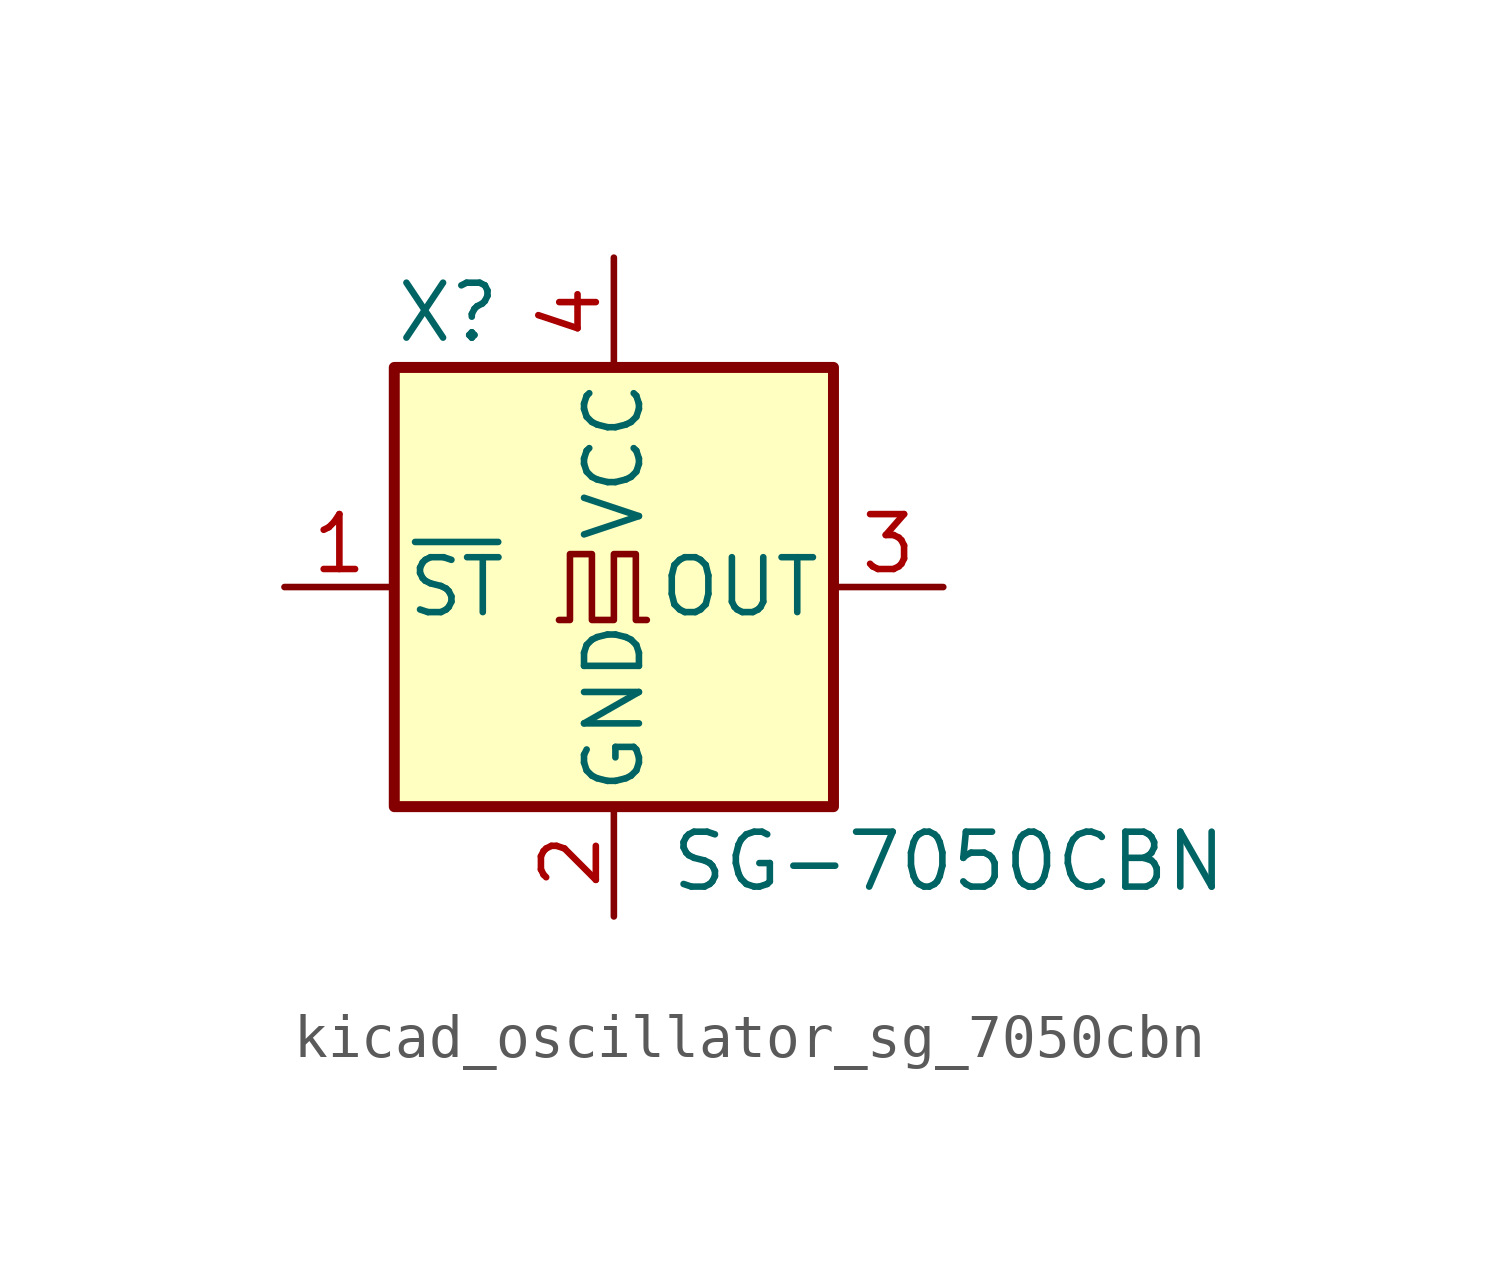
<source format=kicad_sym>
(kicad_symbol_lib
  (version 20220914)
  (generator kicad_symbol_editor)
  (symbol "kicad_oscillator_sg_7050cbn"
    (pin_names
      (offset 0.254))
    (property "Reference" "X"
      (at -5.08 6.35 0)
      (effects (font (size 1.27 1.27)) (justify left)))
    (property "Value" "SG-7050CBN"
      (at 1.27 -6.35 0)
      (effects (font (size 1.27 1.27)) (justify left)))
    (symbol "kicad_oscillator_sg_7050cbn_0_1"
      (rectangle (start -5.08 5.08) (end 5.08 -5.08) (stroke (width 0.254) (type default)) (fill (type background)))
      (polyline (pts (xy -1.27 -0.762) (xy -1.016 -0.762) (xy -1.016 0.762) (xy -0.508 0.762) (xy -0.508 -0.762) (xy 0 -0.762) (xy 0 0.762) (xy 0.508 0.762) (xy 0.508 -0.762) (xy 0.762 -0.762)) (stroke (width 0) (type default)) (fill (type none))))
    (symbol "kicad_oscillator_sg_7050cbn_1_1"
      (pin input line (at -7.62 0 0) (length 2.54) (name "~{ST}" (effects (font (size 1.27 1.27)))) (number "1" (effects (font (size 1.27 1.27)))))
      (pin power_in line (at 0 -7.62 90) (length 2.54) (name "GND" (effects (font (size 1.27 1.27)))) (number "2" (effects (font (size 1.27 1.27)))))
      (pin output line (at 7.62 0 180) (length 2.54) (name "OUT" (effects (font (size 1.27 1.27)))) (number "3" (effects (font (size 1.27 1.27)))))
      (pin power_in line (at 0 7.62 270) (length 2.54) (name "VCC" (effects (font (size 1.27 1.27)))) (number "4" (effects (font (size 1.27 1.27))))))))
</source>
